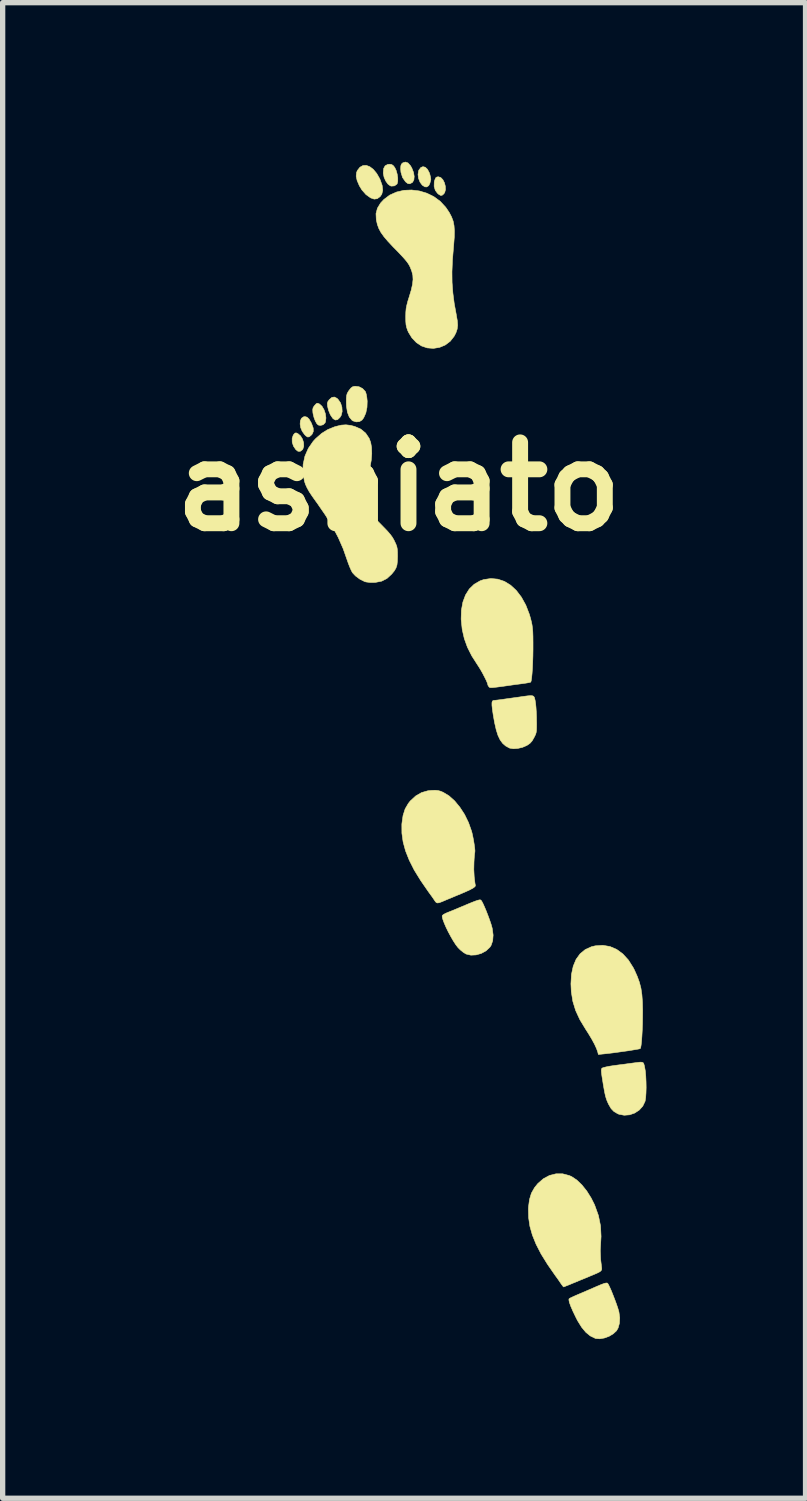
<source format=kicad_pcb>
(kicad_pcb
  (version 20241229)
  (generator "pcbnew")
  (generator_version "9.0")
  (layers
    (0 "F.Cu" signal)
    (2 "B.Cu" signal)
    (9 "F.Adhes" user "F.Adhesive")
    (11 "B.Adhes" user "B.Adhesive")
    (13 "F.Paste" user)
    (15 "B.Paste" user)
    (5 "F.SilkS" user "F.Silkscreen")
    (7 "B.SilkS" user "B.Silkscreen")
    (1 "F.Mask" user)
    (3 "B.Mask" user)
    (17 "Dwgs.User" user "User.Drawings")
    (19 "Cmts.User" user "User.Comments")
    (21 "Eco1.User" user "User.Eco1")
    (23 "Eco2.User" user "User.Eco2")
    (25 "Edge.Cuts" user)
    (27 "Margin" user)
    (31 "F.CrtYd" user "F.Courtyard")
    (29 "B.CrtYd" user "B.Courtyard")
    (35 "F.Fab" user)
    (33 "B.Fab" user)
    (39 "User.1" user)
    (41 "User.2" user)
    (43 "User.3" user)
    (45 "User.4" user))
  (footprint "ashiato"
    (layer "F.Cu")
    (at 4.47 6.125)
    (property "Reference" "ashiato" (at 0 0 0) (layer "F.SilkS") (effects (font (size 1.524 1.524) (thickness 0.3))))
    (attr through_hole)
    (fp_poly (pts (xy -1.903 -0.999) (xy -1.854 -0.957) (xy -1.817 -0.897) (xy -1.796 -0.829) (xy -1.793 -0.763) (xy -1.81 -0.708) (xy -1.82 -0.695) (xy -1.862 -0.665) (xy -1.904 -0.668) (xy -1.943 -0.699) (xy -1.987 -0.764) (xy -2.011 -0.837) (xy -2.012 -0.91) (xy -1.991 -0.972) (xy -1.982 -0.984) (xy -1.957 -1.011) (xy -1.933 -1.013) (xy -1.903 -0.999)) (stroke (width 0.01) (type solid)) (fill yes) (layer "F.SilkS"))
    (fp_poly (pts (xy 0.791 -5.827) (xy 0.83 -5.786) (xy 0.859 -5.729) (xy 0.876 -5.664) (xy 0.879 -5.6) (xy 0.864 -5.545) (xy 0.847 -5.52) (xy 0.816 -5.494) (xy 0.789 -5.49) (xy 0.756 -5.508) (xy 0.73 -5.529) (xy 0.687 -5.586) (xy 0.665 -5.661) (xy 0.667 -5.744) (xy 0.677 -5.781) (xy 0.695 -5.823) (xy 0.719 -5.839) (xy 0.746 -5.842) (xy 0.791 -5.827)) (stroke (width 0.01) (type solid)) (fill yes) (layer "F.SilkS"))
    (fp_poly (pts (xy -1.731 -1.31) (xy -1.694 -1.275) (xy -1.656 -1.211) (xy -1.644 -1.185) (xy -1.615 -1.105) (xy -1.613 -1.041) (xy -1.635 -0.99) (xy -1.65 -0.973) (xy -1.688 -0.941) (xy -1.718 -0.935) (xy -1.752 -0.956) (xy -1.779 -0.983) (xy -1.823 -1.045) (xy -1.851 -1.113) (xy -1.862 -1.181) (xy -1.857 -1.241) (xy -1.836 -1.289) (xy -1.798 -1.316) (xy -1.771 -1.321) (xy -1.731 -1.31)) (stroke (width 0.01) (type solid)) (fill yes) (layer "F.SilkS"))
    (fp_poly (pts (xy -1.166 -1.665) (xy -1.145 -1.644) (xy -1.099 -1.578) (xy -1.074 -1.499) (xy -1.069 -1.417) (xy -1.087 -1.344) (xy -1.111 -1.305) (xy -1.155 -1.264) (xy -1.196 -1.256) (xy -1.238 -1.28) (xy -1.248 -1.291) (xy -1.292 -1.356) (xy -1.327 -1.442) (xy -1.345 -1.519) (xy -1.349 -1.569) (xy -1.337 -1.607) (xy -1.312 -1.64) (xy -1.264 -1.682) (xy -1.216 -1.69) (xy -1.166 -1.665)) (stroke (width 0.01) (type solid)) (fill yes) (layer "F.SilkS"))
    (fp_poly (pts (xy 0.172 -6.103) (xy 0.218 -6.052) (xy 0.245 -6.005) (xy 0.276 -5.925) (xy 0.289 -5.849) (xy 0.283 -5.785) (xy 0.259 -5.74) (xy 0.25 -5.733) (xy 0.207 -5.71) (xy 0.17 -5.714) (xy 0.128 -5.746) (xy 0.125 -5.749) (xy 0.069 -5.829) (xy 0.039 -5.928) (xy 0.034 -5.993) (xy 0.037 -6.048) (xy 0.048 -6.081) (xy 0.073 -6.104) (xy 0.074 -6.105) (xy 0.124 -6.12) (xy 0.172 -6.103)) (stroke (width 0.01) (type solid)) (fill yes) (layer "F.SilkS"))
    (fp_poly (pts (xy 0.498 -6.022) (xy 0.539 -5.983) (xy 0.573 -5.92) (xy 0.583 -5.891) (xy 0.596 -5.839) (xy 0.602 -5.799) (xy 0.602 -5.786) (xy 0.594 -5.755) (xy 0.585 -5.72) (xy 0.563 -5.675) (xy 0.526 -5.651) (xy 0.491 -5.652) (xy 0.44 -5.685) (xy 0.399 -5.741) (xy 0.371 -5.812) (xy 0.361 -5.886) (xy 0.372 -5.955) (xy 0.378 -5.969) (xy 0.413 -6.016) (xy 0.454 -6.033) (xy 0.498 -6.022)) (stroke (width 0.01) (type solid)) (fill yes) (layer "F.SilkS"))
    (fp_poly (pts (xy -0.135 -6.073) (xy -0.104 -6.051) (xy -0.077 -6.016) (xy -0.051 -5.961) (xy -0.032 -5.893) (xy -0.021 -5.821) (xy -0.021 -5.758) (xy -0.032 -5.712) (xy -0.037 -5.704) (xy -0.083 -5.671) (xy -0.14 -5.666) (xy -0.162 -5.672) (xy -0.207 -5.706) (xy -0.248 -5.763) (xy -0.279 -5.833) (xy -0.294 -5.907) (xy -0.294 -5.919) (xy -0.287 -5.998) (xy -0.259 -6.049) (xy -0.211 -6.075) (xy -0.175 -6.079) (xy -0.135 -6.073)) (stroke (width 0.01) (type solid)) (fill yes) (layer "F.SilkS"))
    (fp_poly (pts (xy -1.506 -1.563) (xy -1.495 -1.557) (xy -1.449 -1.515) (xy -1.411 -1.45) (xy -1.385 -1.373) (xy -1.375 -1.295) (xy -1.383 -1.225) (xy -1.392 -1.202) (xy -1.428 -1.167) (xy -1.479 -1.154) (xy -1.52 -1.162) (xy -1.547 -1.188) (xy -1.575 -1.237) (xy -1.599 -1.3) (xy -1.616 -1.367) (xy -1.621 -1.396) (xy -1.624 -1.452) (xy -1.617 -1.489) (xy -1.596 -1.522) (xy -1.586 -1.533) (xy -1.557 -1.565) (xy -1.534 -1.573) (xy -1.506 -1.563)) (stroke (width 0.01) (type solid)) (fill yes) (layer "F.SilkS"))
    (fp_poly (pts (xy -0.548 -6.032) (xy -0.481 -5.981) (xy -0.418 -5.905) (xy -0.361 -5.805) (xy -0.354 -5.789) (xy -0.315 -5.679) (xy -0.304 -5.588) (xy -0.322 -5.514) (xy -0.354 -5.468) (xy -0.408 -5.429) (xy -0.465 -5.421) (xy -0.531 -5.444) (xy -0.533 -5.445) (xy -0.62 -5.507) (xy -0.697 -5.594) (xy -0.745 -5.673) (xy -0.787 -5.771) (xy -0.805 -5.853) (xy -0.798 -5.922) (xy -0.782 -5.961) (xy -0.734 -6.022) (xy -0.677 -6.054) (xy -0.614 -6.057) (xy -0.548 -6.032)) (stroke (width 0.01) (type solid)) (fill yes) (layer "F.SilkS"))
    (fp_poly (pts (xy -0.752 -1.884) (xy -0.685 -1.85) (xy -0.635 -1.797) (xy -0.627 -1.783) (xy -0.615 -1.742) (xy -0.604 -1.681) (xy -0.597 -1.612) (xy -0.597 -1.609) (xy -0.601 -1.495) (xy -0.623 -1.389) (xy -0.663 -1.299) (xy -0.695 -1.256) (xy -0.744 -1.226) (xy -0.805 -1.221) (xy -0.866 -1.24) (xy -0.885 -1.253) (xy -0.935 -1.313) (xy -0.97 -1.402) (xy -0.988 -1.517) (xy -0.991 -1.595) (xy -0.99 -1.668) (xy -0.985 -1.718) (xy -0.975 -1.755) (xy -0.956 -1.79) (xy -0.939 -1.815) (xy -0.903 -1.86) (xy -0.87 -1.884) (xy -0.829 -1.893) (xy -0.824 -1.893) (xy -0.752 -1.884)) (stroke (width 0.01) (type solid)) (fill yes) (layer "F.SilkS"))
    (fp_poly (pts (xy 3.931 15.016) (xy 3.936 15.019) (xy 3.951 15.043) (xy 3.975 15.092) (xy 4.005 15.159) (xy 4.037 15.239) (xy 4.07 15.324) (xy 4.101 15.408) (xy 4.127 15.484) (xy 4.145 15.545) (xy 4.149 15.56) (xy 4.164 15.67) (xy 4.158 15.774) (xy 4.133 15.863) (xy 4.103 15.915) (xy 4.041 15.972) (xy 3.962 16.019) (xy 3.874 16.051) (xy 3.787 16.066) (xy 3.711 16.06) (xy 3.7 16.056) (xy 3.608 16.011) (xy 3.525 15.943) (xy 3.446 15.848) (xy 3.369 15.724) (xy 3.339 15.665) (xy 3.282 15.547) (xy 3.24 15.45) (xy 3.214 15.377) (xy 3.205 15.329) (xy 3.21 15.31) (xy 3.231 15.297) (xy 3.277 15.275) (xy 3.339 15.247) (xy 3.395 15.223) (xy 3.489 15.183) (xy 3.596 15.137) (xy 3.699 15.092) (xy 3.738 15.075) (xy 3.819 15.041) (xy 3.874 15.021) (xy 3.91 15.013) (xy 3.931 15.016)) (stroke (width 0.01) (type solid)) (fill yes) (layer "F.SilkS"))
    (fp_poly (pts (xy 1.545 7.794) (xy 1.561 7.813) (xy 1.585 7.858) (xy 1.614 7.922) (xy 1.647 8) (xy 1.68 8.085) (xy 1.711 8.169) (xy 1.738 8.248) (xy 1.757 8.315) (xy 1.761 8.333) (xy 1.777 8.454) (xy 1.769 8.561) (xy 1.738 8.65) (xy 1.716 8.683) (xy 1.644 8.751) (xy 1.554 8.8) (xy 1.456 8.828) (xy 1.358 8.833) (xy 1.269 8.812) (xy 1.261 8.808) (xy 1.213 8.778) (xy 1.158 8.733) (xy 1.115 8.69) (xy 1.073 8.636) (xy 1.027 8.565) (xy 0.979 8.482) (xy 0.932 8.395) (xy 0.889 8.307) (xy 0.854 8.226) (xy 0.829 8.158) (xy 0.817 8.108) (xy 0.818 8.087) (xy 0.838 8.068) (xy 0.88 8.045) (xy 0.917 8.029) (xy 0.97 8.008) (xy 1.044 7.978) (xy 1.127 7.943) (xy 1.194 7.915) (xy 1.303 7.869) (xy 1.386 7.835) (xy 1.446 7.812) (xy 1.488 7.798) (xy 1.517 7.791) (xy 1.536 7.791) (xy 1.545 7.794)) (stroke (width 0.01) (type solid)) (fill yes) (layer "F.SilkS"))
    (fp_poly (pts (xy 4.585 10.852) (xy 4.607 10.862) (xy 4.619 10.885) (xy 4.629 10.921) (xy 4.634 10.947) (xy 4.647 11.021) (xy 4.655 11.115) (xy 4.66 11.22) (xy 4.662 11.328) (xy 4.659 11.431) (xy 4.653 11.518) (xy 4.643 11.582) (xy 4.641 11.59) (xy 4.598 11.68) (xy 4.531 11.754) (xy 4.445 11.81) (xy 4.349 11.843) (xy 4.248 11.851) (xy 4.149 11.832) (xy 4.123 11.821) (xy 4.054 11.78) (xy 4.001 11.725) (xy 3.955 11.646) (xy 3.945 11.625) (xy 3.925 11.58) (xy 3.91 11.538) (xy 3.896 11.492) (xy 3.883 11.434) (xy 3.869 11.36) (xy 3.852 11.262) (xy 3.843 11.204) (xy 3.828 11.111) (xy 3.82 11.047) (xy 3.817 11.005) (xy 3.821 10.979) (xy 3.829 10.964) (xy 3.83 10.963) (xy 3.855 10.953) (xy 3.906 10.94) (xy 3.976 10.926) (xy 4.056 10.914) (xy 4.153 10.901) (xy 4.256 10.888) (xy 4.35 10.875) (xy 4.403 10.868) (xy 4.489 10.857) (xy 4.548 10.85) (xy 4.585 10.852)) (stroke (width 0.01) (type solid)) (fill yes) (layer "F.SilkS"))
    (fp_poly (pts (xy 2.52 3.943) (xy 2.541 3.953) (xy 2.554 3.972) (xy 2.562 4.001) (xy 2.569 4.03) (xy 2.577 4.081) (xy 2.585 4.157) (xy 2.591 4.249) (xy 2.595 4.347) (xy 2.595 4.377) (xy 2.597 4.475) (xy 2.596 4.546) (xy 2.594 4.598) (xy 2.588 4.637) (xy 2.578 4.67) (xy 2.562 4.704) (xy 2.548 4.731) (xy 2.512 4.794) (xy 2.473 4.838) (xy 2.42 4.875) (xy 2.409 4.881) (xy 2.33 4.915) (xy 2.243 4.935) (xy 2.16 4.941) (xy 2.091 4.93) (xy 2.083 4.927) (xy 2.015 4.89) (xy 1.958 4.841) (xy 1.91 4.776) (xy 1.869 4.691) (xy 1.835 4.583) (xy 1.804 4.447) (xy 1.778 4.298) (xy 1.763 4.196) (xy 1.755 4.123) (xy 1.755 4.074) (xy 1.762 4.045) (xy 1.778 4.032) (xy 1.793 4.03) (xy 1.823 4.027) (xy 1.875 4.021) (xy 1.93 4.014) (xy 1.993 4.005) (xy 2.077 3.993) (xy 2.171 3.98) (xy 2.244 3.97) (xy 2.351 3.954) (xy 2.429 3.944) (xy 2.484 3.94) (xy 2.52 3.943)) (stroke (width 0.01) (type solid)) (fill yes) (layer "F.SilkS"))
    (fp_poly (pts (xy 3.98 8.67) (xy 4.106 8.724) (xy 4.222 8.809) (xy 4.327 8.924) (xy 4.418 9.068) (xy 4.441 9.113) (xy 4.494 9.232) (xy 4.535 9.344) (xy 4.564 9.457) (xy 4.582 9.579) (xy 4.592 9.717) (xy 4.596 9.872) (xy 4.595 10.003) (xy 4.593 10.132) (xy 4.588 10.254) (xy 4.582 10.364) (xy 4.575 10.458) (xy 4.567 10.53) (xy 4.558 10.578) (xy 4.55 10.595) (xy 4.527 10.601) (xy 4.478 10.61) (xy 4.406 10.622) (xy 4.32 10.636) (xy 4.225 10.649) (xy 4.126 10.663) (xy 4.03 10.676) (xy 3.944 10.686) (xy 3.883 10.693) (xy 3.761 10.705) (xy 3.749 10.657) (xy 3.727 10.595) (xy 3.689 10.512) (xy 3.637 10.416) (xy 3.574 10.311) (xy 3.522 10.23) (xy 3.413 10.05) (xy 3.333 9.877) (xy 3.28 9.704) (xy 3.251 9.523) (xy 3.244 9.373) (xy 3.254 9.196) (xy 3.287 9.042) (xy 3.341 8.912) (xy 3.417 8.807) (xy 3.514 8.727) (xy 3.631 8.674) (xy 3.702 8.657) (xy 3.845 8.647) (xy 3.98 8.67)) (stroke (width 0.01) (type solid)) (fill yes) (layer "F.SilkS"))
    (fp_poly (pts (xy 3.088 12.955) (xy 3.213 12.988) (xy 3.258 13.008) (xy 3.354 13.072) (xy 3.45 13.164) (xy 3.542 13.279) (xy 3.625 13.411) (xy 3.69 13.541) (xy 3.762 13.741) (xy 3.802 13.937) (xy 3.812 14.136) (xy 3.806 14.239) (xy 3.797 14.403) (xy 3.804 14.568) (xy 3.82 14.701) (xy 3.824 14.735) (xy 3.823 14.76) (xy 3.812 14.782) (xy 3.788 14.802) (xy 3.745 14.824) (xy 3.679 14.853) (xy 3.587 14.891) (xy 3.586 14.892) (xy 3.506 14.925) (xy 3.41 14.964) (xy 3.315 15.004) (xy 3.279 15.018) (xy 3.211 15.047) (xy 3.154 15.069) (xy 3.117 15.084) (xy 3.106 15.088) (xy 3.093 15.075) (xy 3.068 15.042) (xy 3.052 15.019) (xy 3.014 14.963) (xy 2.969 14.9) (xy 2.949 14.873) (xy 2.802 14.661) (xy 2.681 14.466) (xy 2.587 14.283) (xy 2.517 14.11) (xy 2.47 13.944) (xy 2.446 13.781) (xy 2.442 13.619) (xy 2.444 13.579) (xy 2.463 13.438) (xy 2.499 13.32) (xy 2.557 13.217) (xy 2.619 13.14) (xy 2.724 13.048) (xy 2.84 12.986) (xy 2.963 12.955) (xy 3.088 12.955)) (stroke (width 0.01) (type solid)) (fill yes) (layer "F.SilkS"))
    (fp_poly (pts (xy 0.738 5.729) (xy 0.786 5.742) (xy 0.836 5.763) (xy 0.945 5.829) (xy 1.051 5.924) (xy 1.15 6.044) (xy 1.239 6.181) (xy 1.313 6.333) (xy 1.37 6.494) (xy 1.38 6.531) (xy 1.394 6.595) (xy 1.408 6.668) (xy 1.42 6.742) (xy 1.429 6.808) (xy 1.434 6.86) (xy 1.433 6.887) (xy 1.433 6.889) (xy 1.429 6.91) (xy 1.424 6.957) (xy 1.419 7.022) (xy 1.416 7.082) (xy 1.413 7.218) (xy 1.42 7.354) (xy 1.435 7.478) (xy 1.443 7.52) (xy 1.435 7.541) (xy 1.4 7.567) (xy 1.338 7.601) (xy 1.246 7.643) (xy 1.173 7.674) (xy 1.088 7.709) (xy 0.998 7.747) (xy 0.918 7.78) (xy 0.889 7.792) (xy 0.814 7.824) (xy 0.763 7.843) (xy 0.73 7.849) (xy 0.707 7.842) (xy 0.688 7.823) (xy 0.666 7.79) (xy 0.627 7.733) (xy 0.581 7.67) (xy 0.56 7.641) (xy 0.412 7.427) (xy 0.29 7.229) (xy 0.196 7.043) (xy 0.126 6.867) (xy 0.08 6.698) (xy 0.057 6.533) (xy 0.056 6.368) (xy 0.058 6.346) (xy 0.079 6.199) (xy 0.118 6.076) (xy 0.179 5.971) (xy 0.215 5.926) (xy 0.318 5.831) (xy 0.427 5.768) (xy 0.549 5.733) (xy 0.611 5.727) (xy 0.684 5.724) (xy 0.738 5.729)) (stroke (width 0.01) (type solid)) (fill yes) (layer "F.SilkS"))
    (fp_poly (pts (xy 1.865 1.744) (xy 1.99 1.786) (xy 2.107 1.858) (xy 2.215 1.958) (xy 2.31 2.083) (xy 2.393 2.233) (xy 2.46 2.406) (xy 2.482 2.482) (xy 2.499 2.549) (xy 2.511 2.608) (xy 2.519 2.668) (xy 2.525 2.737) (xy 2.528 2.823) (xy 2.529 2.934) (xy 2.529 2.946) (xy 2.529 3.071) (xy 2.527 3.196) (xy 2.523 3.316) (xy 2.518 3.427) (xy 2.511 3.524) (xy 2.503 3.603) (xy 2.495 3.658) (xy 2.487 3.684) (xy 2.485 3.685) (xy 2.462 3.692) (xy 2.415 3.701) (xy 2.357 3.71) (xy 2.29 3.719) (xy 2.204 3.73) (xy 2.111 3.743) (xy 2.057 3.751) (xy 1.943 3.767) (xy 1.858 3.778) (xy 1.797 3.785) (xy 1.755 3.789) (xy 1.729 3.789) (xy 1.713 3.786) (xy 1.703 3.779) (xy 1.698 3.774) (xy 1.679 3.744) (xy 1.676 3.73) (xy 1.668 3.702) (xy 1.647 3.652) (xy 1.615 3.588) (xy 1.578 3.517) (xy 1.539 3.448) (xy 1.501 3.387) (xy 1.484 3.361) (xy 1.375 3.191) (xy 1.293 3.029) (xy 1.234 2.866) (xy 1.195 2.697) (xy 1.193 2.682) (xy 1.174 2.498) (xy 1.179 2.329) (xy 1.207 2.176) (xy 1.257 2.042) (xy 1.328 1.929) (xy 1.42 1.84) (xy 1.531 1.776) (xy 1.599 1.752) (xy 1.734 1.732) (xy 1.865 1.744)) (stroke (width 0.01) (type solid)) (fill yes) (layer "F.SilkS"))
    (fp_poly (pts (xy 0.385 -5.575) (xy 0.526 -5.533) (xy 0.659 -5.468) (xy 0.779 -5.38) (xy 0.88 -5.271) (xy 0.896 -5.249) (xy 0.952 -5.165) (xy 0.993 -5.086) (xy 1.023 -5.007) (xy 1.04 -4.921) (xy 1.047 -4.823) (xy 1.045 -4.706) (xy 1.034 -4.563) (xy 1.03 -4.514) (xy 1.01 -4.272) (xy 1.001 -4.053) (xy 1.003 -3.85) (xy 1.018 -3.652) (xy 1.044 -3.451) (xy 1.083 -3.239) (xy 1.083 -3.235) (xy 1.102 -3.128) (xy 1.108 -3.042) (xy 1.099 -2.97) (xy 1.076 -2.901) (xy 1.041 -2.834) (xy 0.968 -2.741) (xy 0.875 -2.671) (xy 0.768 -2.626) (xy 0.652 -2.607) (xy 0.535 -2.616) (xy 0.428 -2.652) (xy 0.331 -2.716) (xy 0.246 -2.805) (xy 0.181 -2.911) (xy 0.166 -2.944) (xy 0.147 -2.999) (xy 0.135 -3.053) (xy 0.13 -3.119) (xy 0.129 -3.207) (xy 0.129 -3.209) (xy 0.131 -3.29) (xy 0.137 -3.358) (xy 0.15 -3.423) (xy 0.17 -3.5) (xy 0.193 -3.573) (xy 0.233 -3.705) (xy 0.257 -3.814) (xy 0.267 -3.905) (xy 0.263 -3.984) (xy 0.244 -4.059) (xy 0.231 -4.094) (xy 0.213 -4.139) (xy 0.194 -4.177) (xy 0.17 -4.215) (xy 0.14 -4.255) (xy 0.099 -4.303) (xy 0.044 -4.363) (xy -0.028 -4.439) (xy -0.109 -4.521) (xy -0.206 -4.625) (xy -0.281 -4.713) (xy -0.337 -4.791) (xy -0.377 -4.865) (xy -0.405 -4.941) (xy -0.424 -5.024) (xy -0.426 -5.038) (xy -0.431 -5.148) (xy -0.404 -5.25) (xy -0.345 -5.347) (xy -0.283 -5.414) (xy -0.171 -5.498) (xy -0.043 -5.555) (xy 0.095 -5.587) (xy 0.24 -5.593) (xy 0.385 -5.575)) (stroke (width 0.01) (type solid)) (fill yes) (layer "F.SilkS"))
    (fp_poly (pts (xy -0.908 -1.155) (xy -0.83 -1.134) (xy -0.718 -1.085) (xy -0.627 -1.01) (xy -0.561 -0.912) (xy -0.532 -0.836) (xy -0.515 -0.74) (xy -0.511 -0.623) (xy -0.521 -0.496) (xy -0.543 -0.371) (xy -0.558 -0.313) (xy -0.601 -0.164) (xy -0.632 -0.042) (xy -0.652 0.06) (xy -0.661 0.145) (xy -0.66 0.219) (xy -0.649 0.287) (xy -0.628 0.355) (xy -0.624 0.366) (xy -0.608 0.404) (xy -0.586 0.442) (xy -0.555 0.484) (xy -0.512 0.534) (xy -0.451 0.598) (xy -0.37 0.679) (xy -0.364 0.685) (xy -0.278 0.773) (xy -0.212 0.842) (xy -0.163 0.899) (xy -0.126 0.949) (xy -0.097 0.997) (xy -0.083 1.026) (xy -0.056 1.083) (xy -0.039 1.129) (xy -0.03 1.176) (xy -0.026 1.234) (xy -0.025 1.312) (xy -0.028 1.407) (xy -0.036 1.478) (xy -0.055 1.535) (xy -0.087 1.589) (xy -0.136 1.649) (xy -0.138 1.651) (xy -0.226 1.732) (xy -0.325 1.782) (xy -0.442 1.805) (xy -0.463 1.806) (xy -0.548 1.806) (xy -0.618 1.797) (xy -0.644 1.79) (xy -0.734 1.745) (xy -0.817 1.684) (xy -0.874 1.623) (xy -0.896 1.583) (xy -0.924 1.52) (xy -0.954 1.444) (xy -0.973 1.389) (xy -1.05 1.17) (xy -1.143 0.958) (xy -1.254 0.748) (xy -1.387 0.533) (xy -1.544 0.305) (xy -1.557 0.288) (xy -1.632 0.183) (xy -1.689 0.097) (xy -1.73 0.024) (xy -1.76 -0.041) (xy -1.78 -0.101) (xy -1.809 -0.26) (xy -1.805 -0.42) (xy -1.771 -0.576) (xy -1.707 -0.722) (xy -1.615 -0.855) (xy -1.567 -0.907) (xy -1.455 -1.005) (xy -1.341 -1.076) (xy -1.215 -1.127) (xy -1.185 -1.136) (xy -1.085 -1.16) (xy -0.998 -1.166) (xy -0.908 -1.155)) (stroke (width 0.01) (type solid)) (fill yes) (layer "F.SilkS")))
  (gr_rect
    (start -3 -3)
    (end 12.137 25.197)
    (stroke (width 0.1) (type default))
    (fill no)
    (layer "Edge.Cuts")))
</source>
